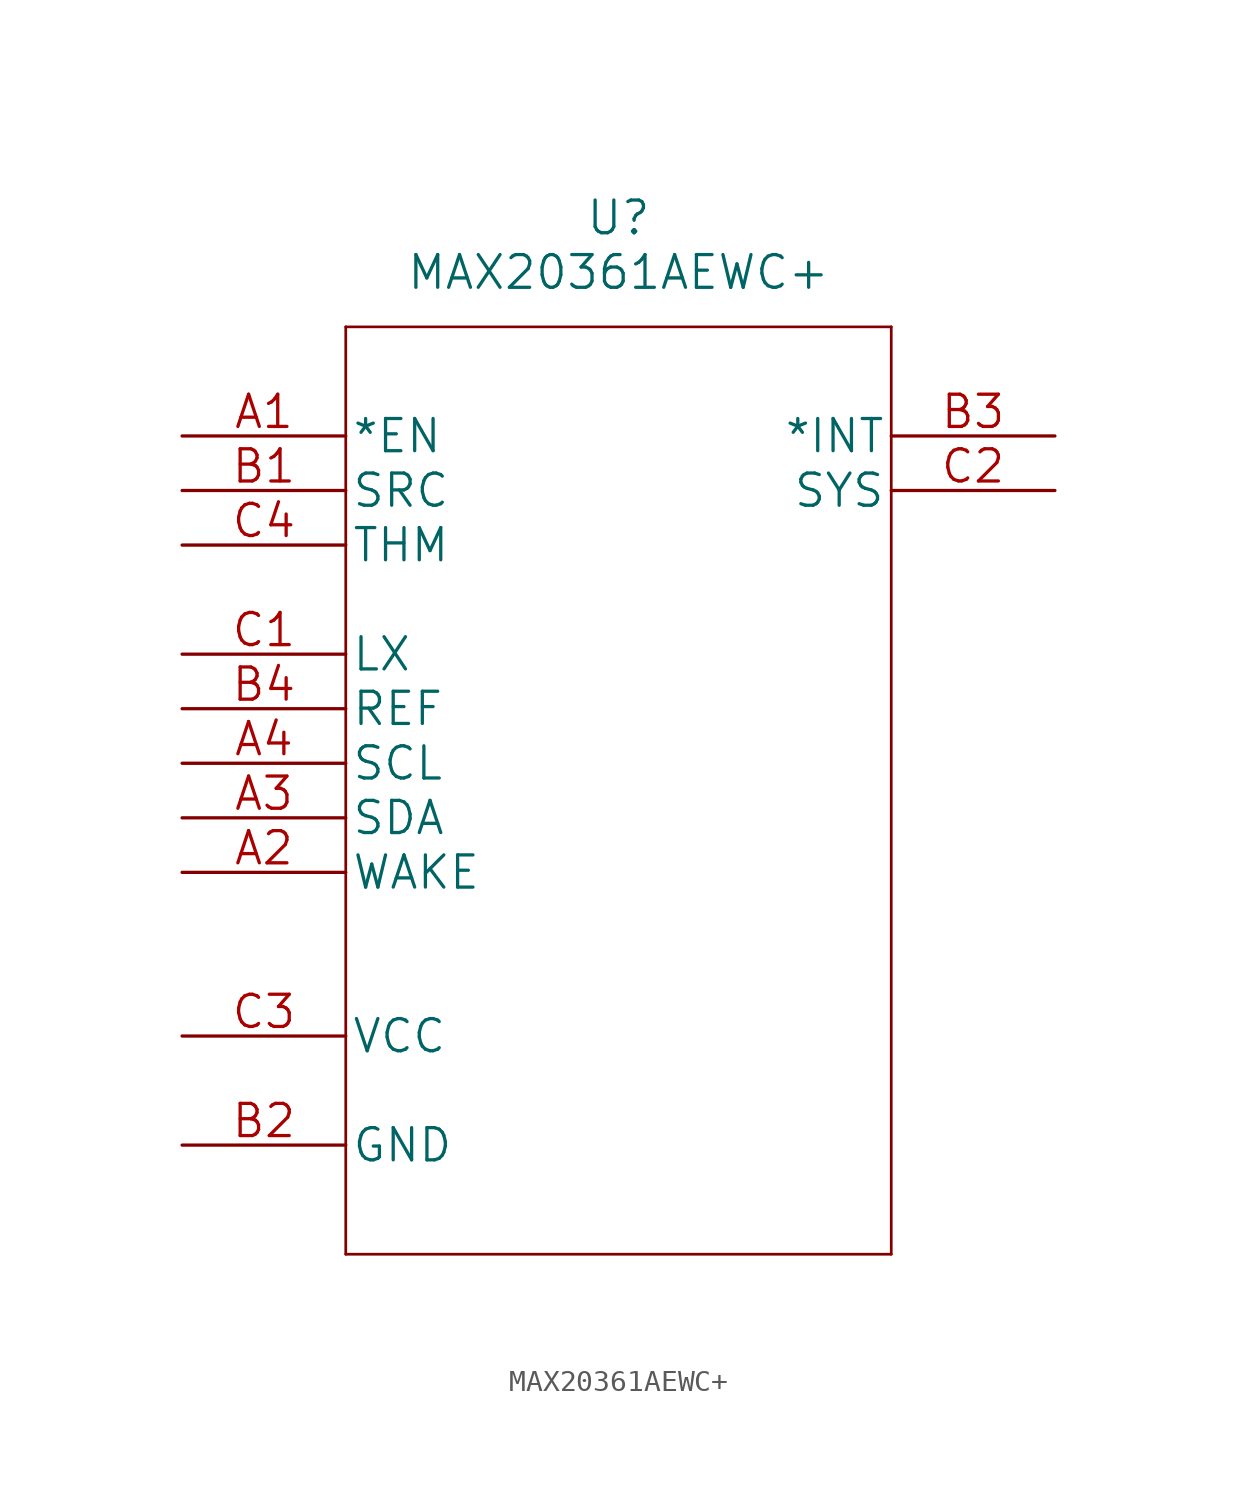
<source format=kicad_sym>
(kicad_symbol_lib
  (version 20211014)
  (generator kicad_symbol_editor)
  (symbol "MAX20361AEWC+"
    (pin_names
      (offset 0.254))
    (property "Reference" "U"
      (at 0 24.13 0)
      (effects (font (size 1.524 1.524))))
    (property "Value" "MAX20361AEWC+"
      (at 0 21.59 0)
      (effects (font (size 1.524 1.524))))
    (symbol "MAX20361AEWC+_1_1"
      (polyline (pts (xy -12.7 -24.13) (xy 12.7 -24.13)) (stroke (width 0.127) (type default) (color 0 0 0 0)) (fill (type none)))
      (polyline (pts (xy -12.7 19.05) (xy -12.7 -24.13)) (stroke (width 0.127) (type default) (color 0 0 0 0)) (fill (type none)))
      (polyline (pts (xy 12.7 -24.13) (xy 12.7 19.05)) (stroke (width 0.127) (type default) (color 0 0 0 0)) (fill (type none)))
      (polyline (pts (xy 12.7 19.05) (xy -12.7 19.05)) (stroke (width 0.127) (type default) (color 0 0 0 0)) (fill (type none)))
      (pin input line (at -20.32 13.97 0) (length 7.62) (name "*EN" (effects (font (size 1.499 1.499)))) (number "A1" (effects (font (size 1.499 1.499)))))
      (pin output line (at -20.32 -6.35 0) (length 7.62) (name "WAKE" (effects (font (size 1.499 1.499)))) (number "A2" (effects (font (size 1.499 1.499)))))
      (pin bidirectional line (at -20.32 -3.81 0) (length 7.62) (name "SDA" (effects (font (size 1.499 1.499)))) (number "A3" (effects (font (size 1.499 1.499)))))
      (pin input line (at -20.32 -1.27 0) (length 7.62) (name "SCL" (effects (font (size 1.499 1.499)))) (number "A4" (effects (font (size 1.499 1.499)))))
      (pin input line (at -20.32 11.43 0) (length 7.62) (name "SRC" (effects (font (size 1.499 1.499)))) (number "B1" (effects (font (size 1.499 1.499)))))
      (pin power_in line (at -20.32 -19.05 0) (length 7.62) (name "GND" (effects (font (size 1.499 1.499)))) (number "B2" (effects (font (size 1.499 1.499)))))
      (pin output line (at 20.32 13.97 180) (length 7.62) (name "*INT" (effects (font (size 1.499 1.499)))) (number "B3" (effects (font (size 1.499 1.499)))))
      (pin passive line (at -20.32 1.27 0) (length 7.62) (name "REF" (effects (font (size 1.499 1.499)))) (number "B4" (effects (font (size 1.499 1.499)))))
      (pin passive line (at -20.32 3.81 0) (length 7.62) (name "LX" (effects (font (size 1.499 1.499)))) (number "C1" (effects (font (size 1.499 1.499)))))
      (pin power_out line (at 20.32 11.43 180) (length 7.62) (name "SYS" (effects (font (size 1.499 1.499)))) (number "C2" (effects (font (size 1.499 1.499)))))
      (pin passive line (at -20.32 -13.97 0) (length 7.62) (name "VCC" (effects (font (size 1.499 1.499)))) (number "C3" (effects (font (size 1.499 1.499)))))
      (pin input line (at -20.32 8.89 0) (length 7.62) (name "THM" (effects (font (size 1.499 1.499)))) (number "C4" (effects (font (size 1.499 1.499))))))))
</source>
